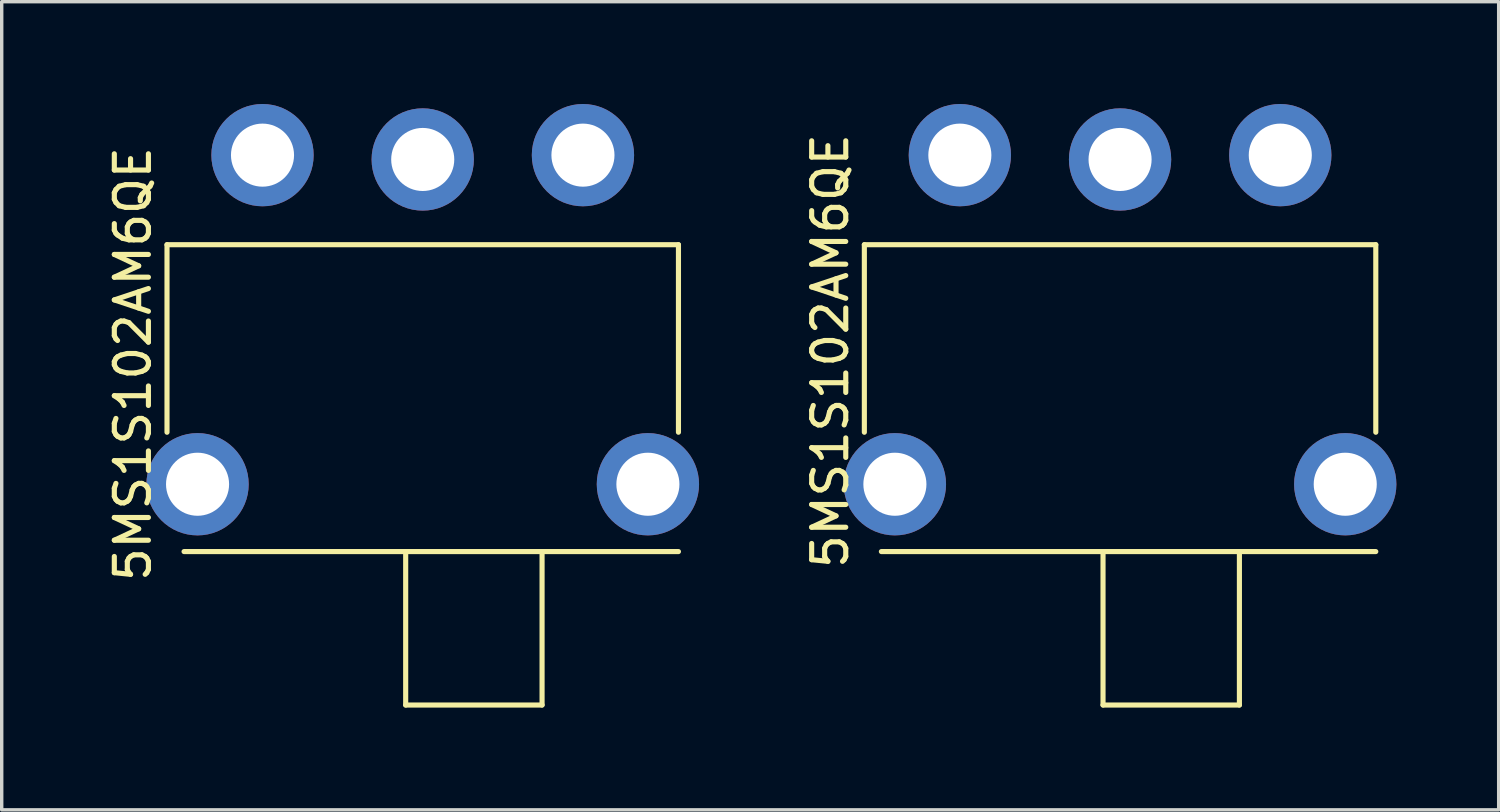
<source format=kicad_pcb>
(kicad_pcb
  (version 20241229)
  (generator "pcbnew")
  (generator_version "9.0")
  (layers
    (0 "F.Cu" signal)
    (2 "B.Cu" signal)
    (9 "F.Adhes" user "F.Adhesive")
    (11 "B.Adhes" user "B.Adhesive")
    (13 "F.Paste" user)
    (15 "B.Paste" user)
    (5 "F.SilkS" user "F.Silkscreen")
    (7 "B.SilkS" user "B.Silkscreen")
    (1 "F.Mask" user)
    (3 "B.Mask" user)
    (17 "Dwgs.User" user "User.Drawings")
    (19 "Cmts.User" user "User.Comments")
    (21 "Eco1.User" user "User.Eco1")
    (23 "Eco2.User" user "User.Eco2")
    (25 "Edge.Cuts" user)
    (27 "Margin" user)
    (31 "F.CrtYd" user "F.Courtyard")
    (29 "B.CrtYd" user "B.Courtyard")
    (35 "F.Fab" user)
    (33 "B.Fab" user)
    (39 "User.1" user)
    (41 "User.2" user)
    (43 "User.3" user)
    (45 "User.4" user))
  (footprint "5MS1S102AM6QE"
    (layer "F.Cu")
    (at 9.348 1.627)
    (property "Reference" "5MS1S102AM6QE" (at -8.5 6 90) (layer "F.SilkS") (effects (font (size 1 1) (thickness 0.15))))
    (attr through_hole)
    (fp_line (start -7.5 2.5) (end -7.5 8) (stroke (width 0.15) (type solid)) (layer "F.SilkS"))
    (fp_line (start -7 11.5) (end 7.5 11.5) (stroke (width 0.15) (type solid)) (layer "F.SilkS"))
    (fp_line (start -0.5 11.5) (end -0.5 16) (stroke (width 0.15) (type solid)) (layer "F.SilkS"))
    (fp_line (start -0.5 16) (end 3.5 16) (stroke (width 0.15) (type solid)) (layer "F.SilkS"))
    (fp_line (start 3.5 16) (end 3.5 11.5) (stroke (width 0.15) (type solid)) (layer "F.SilkS"))
    (fp_line (start 7.5 2.5) (end -7.5 2.5) (stroke (width 0.15) (type solid)) (layer "F.SilkS"))
    (fp_line (start 7.5 8) (end 7.5 2.5) (stroke (width 0.15) (type solid)) (layer "F.SilkS"))
    (pad "" thru_hole circle (at -6.604 9.525) (size 3 3) (drill 1.85) (layers "*.Cu" "*.Mask"))
    (pad "" thru_hole circle (at 6.604 9.525) (size 3 3) (drill 1.85) (layers "*.Cu" "*.Mask"))
    (pad "1" thru_hole circle (at 4.699 -0.127) (size 3 3) (drill 1.85) (layers "*.Cu" "*.Mask"))
    (pad "2" thru_hole circle (at 0 0) (size 3 3) (drill 1.85) (layers "*.Cu" "*.Mask"))
    (pad "3" thru_hole circle (at -4.699 -0.127) (size 3 3) (drill 1.85) (layers "*.Cu" "*.Mask")))
  (footprint " 5MS1S102AM6QE"
    (layer "F.Cu")
    (at 29.8 1.627)
    (property "Reference" " 5MS1S102AM6QE" (at -8.5 6 90) (layer "F.SilkS") (effects (font (size 1 1) (thickness 0.15))))
    (attr through_hole)
    (fp_line (start -7.5 2.5) (end -7.5 8) (stroke (width 0.15) (type solid)) (layer "F.SilkS"))
    (fp_line (start -7 11.5) (end 7.5 11.5) (stroke (width 0.15) (type solid)) (layer "F.SilkS"))
    (fp_line (start -0.5 11.5) (end -0.5 16) (stroke (width 0.15) (type solid)) (layer "F.SilkS"))
    (fp_line (start -0.5 16) (end 3.5 16) (stroke (width 0.15) (type solid)) (layer "F.SilkS"))
    (fp_line (start 3.5 16) (end 3.5 11.5) (stroke (width 0.15) (type solid)) (layer "F.SilkS"))
    (fp_line (start 7.5 2.5) (end -7.5 2.5) (stroke (width 0.15) (type solid)) (layer "F.SilkS"))
    (fp_line (start 7.5 8) (end 7.5 2.5) (stroke (width 0.15) (type solid)) (layer "F.SilkS"))
    (pad "" thru_hole circle (at -6.604 9.525) (size 3 3) (drill 1.85) (layers "*.Cu" "*.Mask"))
    (pad "" thru_hole circle (at 6.604 9.525) (size 3 3) (drill 1.85) (layers "*.Cu" "*.Mask"))
    (pad "1" thru_hole circle (at 4.699 -0.127) (size 3 3) (drill 1.85) (layers "*.Cu" "*.Mask"))
    (pad "2" thru_hole circle (at 0 0) (size 3 3) (drill 1.85) (layers "*.Cu" "*.Mask"))
    (pad "3" thru_hole circle (at -4.699 -0.127) (size 3 3) (drill 1.85) (layers "*.Cu" "*.Mask")))
  (gr_rect
    (start -3 -3)
    (end 40.904 20.702)
    (stroke (width 0.1) (type default))
    (fill no)
    (layer "Edge.Cuts")))
</source>
